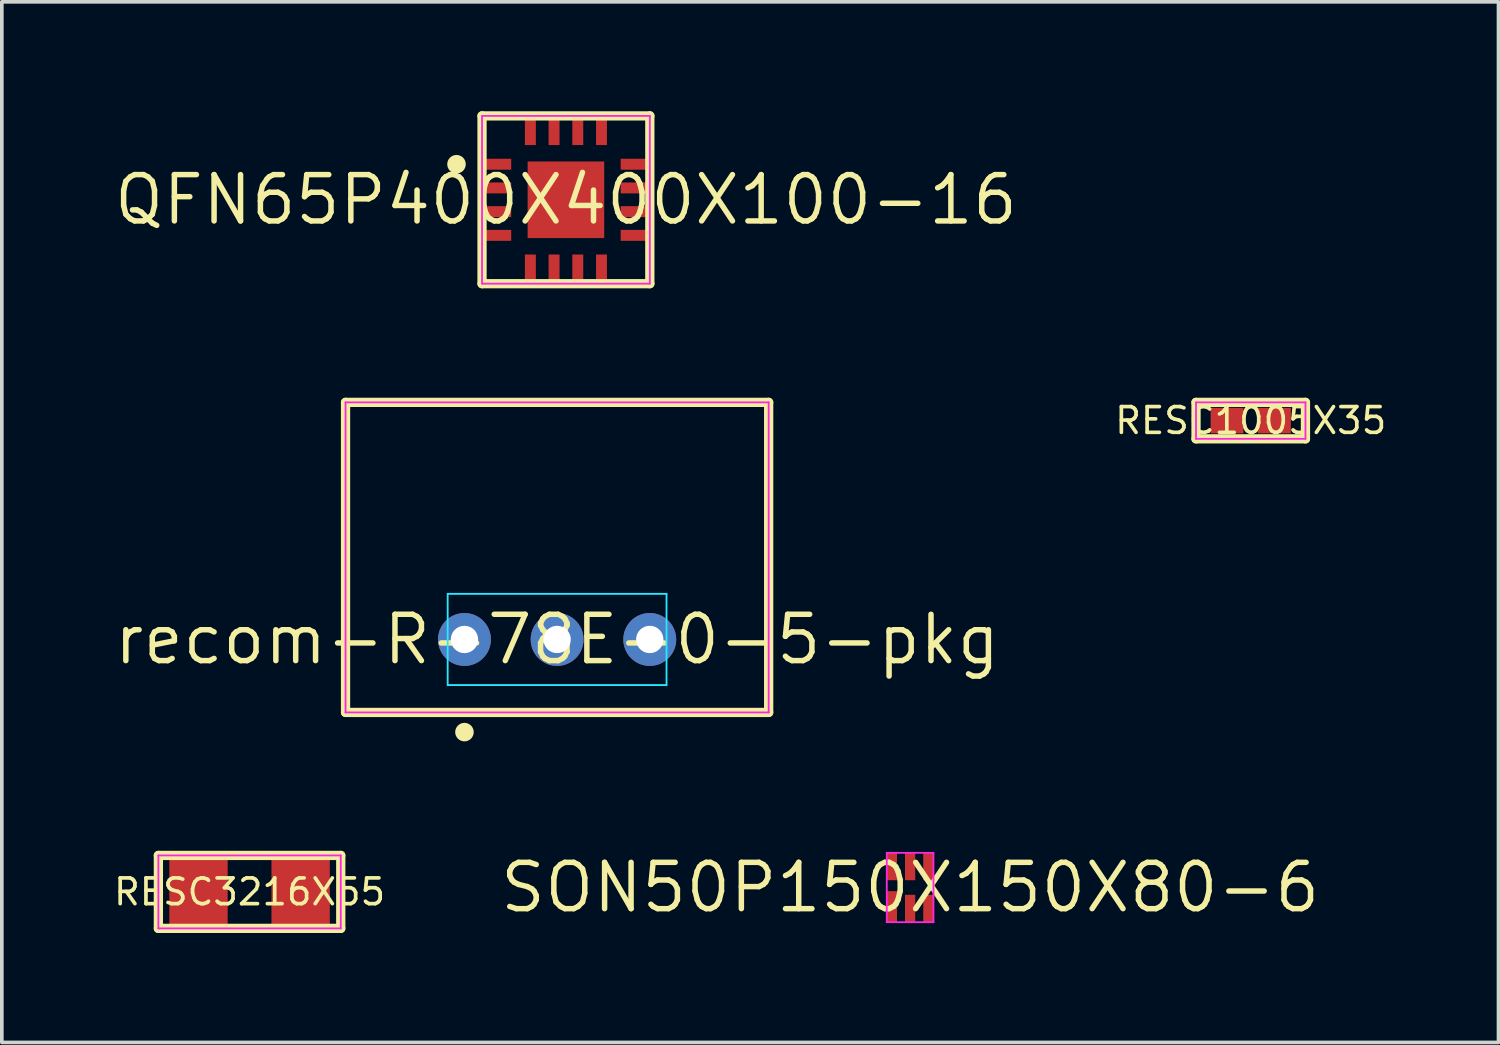
<source format=kicad_pcb>
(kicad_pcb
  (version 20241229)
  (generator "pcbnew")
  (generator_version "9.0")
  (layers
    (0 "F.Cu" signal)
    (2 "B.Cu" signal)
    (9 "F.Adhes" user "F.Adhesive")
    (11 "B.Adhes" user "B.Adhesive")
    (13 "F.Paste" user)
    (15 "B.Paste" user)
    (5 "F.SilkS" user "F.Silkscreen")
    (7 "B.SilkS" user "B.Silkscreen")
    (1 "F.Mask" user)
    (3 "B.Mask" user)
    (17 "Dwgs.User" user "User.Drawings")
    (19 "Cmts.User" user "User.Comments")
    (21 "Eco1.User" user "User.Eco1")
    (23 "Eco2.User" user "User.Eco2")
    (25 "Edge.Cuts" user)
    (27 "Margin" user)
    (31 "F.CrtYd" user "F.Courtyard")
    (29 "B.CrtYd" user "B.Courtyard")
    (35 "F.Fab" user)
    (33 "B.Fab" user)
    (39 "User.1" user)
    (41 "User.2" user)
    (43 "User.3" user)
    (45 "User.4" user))
  (footprint "SON50P150X150X80-6"
    (layer "F.Cu")
    (at 21.901 21.281)
    (property "Reference" "SON50P150X150X80-6" (at 0 0 0) (layer "F.SilkS") (effects (font (size 1.27 1.27) (thickness 0.15))))
    (attr through_hole)
    (fp_line (start -0.64 -0.95) (end -0.64 0.95) (stroke (width 0.05) (type solid)) (layer "F.CrtYd"))
    (fp_line (start -0.64 0.95) (end 0.64 0.95) (stroke (width 0.05) (type solid)) (layer "F.CrtYd"))
    (fp_line (start 0.64 -0.95) (end -0.64 -0.95) (stroke (width 0.05) (type solid)) (layer "F.CrtYd"))
    (fp_line (start 0.64 0.95) (end 0.64 -0.95) (stroke (width 0.05) (type solid)) (layer "F.CrtYd"))
    (pad "1" smd rect (at -0.5 -0.575) (size 0.28 0.75) (layers "F.Cu" "F.Mask" "F.Paste"))
    (pad "2" smd rect (at 0 -0.575) (size 0.28 0.75) (layers "F.Cu" "F.Mask" "F.Paste"))
    (pad "3" smd rect (at 0.5 -0.575) (size 0.28 0.75) (layers "F.Cu" "F.Mask" "F.Paste"))
    (pad "4" smd rect (at -0.5 0.525) (size 0.28 0.85) (layers "F.Cu" "F.Mask" "F.Paste"))
    (pad "5" smd rect (at 0 0.575) (size 0.28 0.75) (layers "F.Cu" "F.Mask" "F.Paste"))
    (pad "6" smd rect (at 0.5 0.575) (size 0.28 0.75) (layers "F.Cu" "F.Mask" "F.Paste")))
  (footprint "recom-R-78E-0-5-pkg"
    (layer "F.Cu")
    (at 12.223 14.481)
    (property "Reference" "recom-R-78E-0-5-pkg" (at 0 0 0) (layer "F.SilkS") (effects (font (size 1.27 1.27) (thickness 0.15))))
    (attr through_hole)
    (fp_line (start -5.8 -6.5) (end -5.8 2) (stroke (width 0.254) (type solid)) (layer "F.SilkS"))
    (fp_line (start -5.8 2) (end 5.8 2) (stroke (width 0.254) (type solid)) (layer "F.SilkS"))
    (fp_line (start 5.8 -6.5) (end -5.8 -6.5) (stroke (width 0.254) (type solid)) (layer "F.SilkS"))
    (fp_line (start 5.8 2) (end 5.8 -6.5) (stroke (width 0.254) (type solid)) (layer "F.SilkS"))
    (fp_poly (pts (xy -2.286 2.54) (xy -2.291 2.49) (xy -2.305 2.443) (xy -2.329 2.399) (xy -2.36 2.36) (xy -2.399 2.329) (xy -2.443 2.305) (xy -2.49 2.291) (xy -2.54 2.286) (xy -2.59 2.291) (xy -2.637 2.305) (xy -2.681 2.329) (xy -2.72 2.36) (xy -2.751 2.399) (xy -2.775 2.443) (xy -2.789 2.49) (xy -2.794 2.54) (xy -2.789 2.59) (xy -2.775 2.637) (xy -2.751 2.681) (xy -2.72 2.72) (xy -2.681 2.751) (xy -2.637 2.775) (xy -2.59 2.789) (xy -2.54 2.794) (xy -2.49 2.789) (xy -2.443 2.775) (xy -2.399 2.751) (xy -2.36 2.72) (xy -2.329 2.681) (xy -2.305 2.637) (xy -2.291 2.59)) (stroke (width 0) (type solid)) (fill yes) (layer "F.SilkS"))
    (fp_line (start -3 -1.25) (end -3 1.25) (stroke (width 0.05) (type solid)) (layer "B.CrtYd"))
    (fp_line (start -3 1.25) (end 3 1.25) (stroke (width 0.05) (type solid)) (layer "B.CrtYd"))
    (fp_line (start 3 -1.25) (end -3 -1.25) (stroke (width 0.05) (type solid)) (layer "B.CrtYd"))
    (fp_line (start 3 1.25) (end 3 -1.25) (stroke (width 0.05) (type solid)) (layer "B.CrtYd"))
    (fp_line (start -5.8 -6.5) (end -5.8 2) (stroke (width 0.05) (type solid)) (layer "F.CrtYd"))
    (fp_line (start -5.8 2) (end 5.8 2) (stroke (width 0.05) (type solid)) (layer "F.CrtYd"))
    (fp_line (start 5.8 -6.5) (end -5.8 -6.5) (stroke (width 0.05) (type solid)) (layer "F.CrtYd"))
    (fp_line (start 5.8 2) (end 5.8 -6.5) (stroke (width 0.05) (type solid)) (layer "F.CrtYd"))
    (pad "1" thru_hole circle (at -2.54 0) (size 1.45 1.45) (drill 0.75) (layers "*.Cu" "*.Mask"))
    (pad "2" thru_hole circle (at 0 0) (size 1.45 1.45) (drill 0.75) (layers "*.Cu" "*.Mask"))
    (pad "3" thru_hole circle (at 2.54 0) (size 1.45 1.45) (drill 0.75) (layers "*.Cu" "*.Mask")))
  (footprint "QFN65P400X400X100-16"
    (layer "F.Cu")
    (at 12.465 2.427)
    (property "Reference" "QFN65P400X400X100-16" (at 0 0 0) (layer "F.SilkS") (effects (font (size 1.27 1.27) (thickness 0.15))))
    (attr through_hole)
    (fp_line (start -2.3 -2.3) (end -2.3 2.3) (stroke (width 0.254) (type solid)) (layer "F.SilkS"))
    (fp_line (start -2.3 2.3) (end 2.3 2.3) (stroke (width 0.254) (type solid)) (layer "F.SilkS"))
    (fp_line (start 2.3 -2.3) (end -2.3 -2.3) (stroke (width 0.254) (type solid)) (layer "F.SilkS"))
    (fp_line (start 2.3 2.3) (end 2.3 -2.3) (stroke (width 0.254) (type solid)) (layer "F.SilkS"))
    (fp_poly (pts (xy -2.746 -0.975) (xy -2.751 -1.025) (xy -2.765 -1.072) (xy -2.789 -1.116) (xy -2.82 -1.155) (xy -2.859 -1.186) (xy -2.903 -1.21) (xy -2.95 -1.224) (xy -3 -1.229) (xy -3.05 -1.224) (xy -3.097 -1.21) (xy -3.141 -1.186) (xy -3.18 -1.155) (xy -3.211 -1.116) (xy -3.235 -1.072) (xy -3.249 -1.025) (xy -3.254 -0.975) (xy -3.249 -0.925) (xy -3.235 -0.878) (xy -3.211 -0.834) (xy -3.18 -0.795) (xy -3.141 -0.764) (xy -3.097 -0.74) (xy -3.05 -0.726) (xy -3 -0.721) (xy -2.95 -0.726) (xy -2.903 -0.74) (xy -2.859 -0.764) (xy -2.82 -0.795) (xy -2.789 -0.834) (xy -2.765 -0.878) (xy -2.751 -0.925)) (stroke (width 0) (type solid)) (fill yes) (layer "F.SilkS"))
    (fp_line (start -2.3 -2.3) (end -2.3 2.3) (stroke (width 0.05) (type solid)) (layer "F.CrtYd"))
    (fp_line (start -2.3 2.3) (end 2.3 2.3) (stroke (width 0.05) (type solid)) (layer "F.CrtYd"))
    (fp_line (start 2.3 -2.3) (end -2.3 -2.3) (stroke (width 0.05) (type solid)) (layer "F.CrtYd"))
    (fp_line (start 2.3 2.3) (end 2.3 -2.3) (stroke (width 0.05) (type solid)) (layer "F.CrtYd"))
    (pad "1" smd rect (at -1.9 -0.975 270) (size 0.3 0.8) (layers "F.Cu" "F.Mask" "F.Paste"))
    (pad "2" smd rect (at -1.9 -0.325 270) (size 0.3 0.8) (layers "F.Cu" "F.Mask" "F.Paste"))
    (pad "3" smd rect (at -1.9 0.325 270) (size 0.3 0.8) (layers "F.Cu" "F.Mask" "F.Paste"))
    (pad "4" smd rect (at -1.9 0.975 270) (size 0.3 0.8) (layers "F.Cu" "F.Mask" "F.Paste"))
    (pad "5" smd rect (at -0.975 1.9) (size 0.3 0.8) (layers "F.Cu" "F.Mask" "F.Paste"))
    (pad "6" smd rect (at -0.325 1.9) (size 0.3 0.8) (layers "F.Cu" "F.Mask" "F.Paste"))
    (pad "7" smd rect (at 0.325 1.9) (size 0.3 0.8) (layers "F.Cu" "F.Mask" "F.Paste"))
    (pad "8" smd rect (at 0.975 1.9) (size 0.3 0.8) (layers "F.Cu" "F.Mask" "F.Paste"))
    (pad "9" smd rect (at 1.9 0.975 90) (size 0.3 0.8) (layers "F.Cu" "F.Mask" "F.Paste"))
    (pad "10" smd rect (at 1.9 0.325 90) (size 0.3 0.8) (layers "F.Cu" "F.Mask" "F.Paste"))
    (pad "11" smd rect (at 1.9 -0.325 90) (size 0.3 0.8) (layers "F.Cu" "F.Mask" "F.Paste"))
    (pad "12" smd rect (at 1.9 -0.975 90) (size 0.3 0.8) (layers "F.Cu" "F.Mask" "F.Paste"))
    (pad "13" smd rect (at 0.975 -1.9 180) (size 0.3 0.8) (layers "F.Cu" "F.Mask" "F.Paste"))
    (pad "14" smd rect (at 0.325 -1.9 180) (size 0.3 0.8) (layers "F.Cu" "F.Mask" "F.Paste"))
    (pad "15" smd rect (at -0.325 -1.9 180) (size 0.3 0.8) (layers "F.Cu" "F.Mask" "F.Paste"))
    (pad "16" smd rect (at -0.975 -1.9 180) (size 0.3 0.8) (layers "F.Cu" "F.Mask" "F.Paste"))
    (pad "17" smd rect (at 0 0) (size 2.1 2.1) (layers "F.Cu" "F.Mask" "F.Paste")))
  (footprint "RESC3216X55"
    (layer "F.Cu")
    (at 3.792 21.402)
    (property "Reference" "RESC3216X55" (at 0 0 0) (layer "F.SilkS") (effects (font (size 0.706 0.706) (thickness 0.1))))
    (attr through_hole)
    (fp_line (start -2.5 -1) (end -2.5 1) (stroke (width 0.254) (type solid)) (layer "F.SilkS"))
    (fp_line (start -2.5 1) (end 2.5 1) (stroke (width 0.254) (type solid)) (layer "F.SilkS"))
    (fp_line (start 2.5 -1) (end -2.5 -1) (stroke (width 0.254) (type solid)) (layer "F.SilkS"))
    (fp_line (start 2.5 1) (end 2.5 -1) (stroke (width 0.254) (type solid)) (layer "F.SilkS"))
    (fp_line (start -2.5 -1) (end -2.5 1) (stroke (width 0.05) (type solid)) (layer "F.CrtYd"))
    (fp_line (start -2.5 1) (end 2.5 1) (stroke (width 0.05) (type solid)) (layer "F.CrtYd"))
    (fp_line (start 2.5 -1) (end -2.5 -1) (stroke (width 0.05) (type solid)) (layer "F.CrtYd"))
    (fp_line (start 2.5 1) (end 2.5 -1) (stroke (width 0.05) (type solid)) (layer "F.CrtYd"))
    (pad "1" smd rect (at -1.4 0) (size 1.6 1.8) (layers "F.Cu" "F.Mask" "F.Paste"))
    (pad "2" smd rect (at 1.4 0) (size 1.6 1.8) (layers "F.Cu" "F.Mask" "F.Paste")))
  (footprint "RESC1005X35"
    (layer "F.Cu")
    (at 31.239 8.481)
    (property "Reference" "RESC1005X35" (at 0 0 0) (layer "F.SilkS") (effects (font (size 0.706 0.706) (thickness 0.1))))
    (attr through_hole)
    (fp_line (start -1.5 -0.5) (end -1.5 0.5) (stroke (width 0.254) (type solid)) (layer "F.SilkS"))
    (fp_line (start -1.5 0.5) (end 1.5 0.5) (stroke (width 0.254) (type solid)) (layer "F.SilkS"))
    (fp_line (start 1.5 -0.5) (end -1.5 -0.5) (stroke (width 0.254) (type solid)) (layer "F.SilkS"))
    (fp_line (start 1.5 0.5) (end 1.5 -0.5) (stroke (width 0.254) (type solid)) (layer "F.SilkS"))
    (fp_line (start -1.5 -0.5) (end -1.5 0.5) (stroke (width 0.05) (type solid)) (layer "F.CrtYd"))
    (fp_line (start -1.5 0.5) (end 1.5 0.5) (stroke (width 0.05) (type solid)) (layer "F.CrtYd"))
    (fp_line (start 1.5 -0.5) (end -1.5 -0.5) (stroke (width 0.05) (type solid)) (layer "F.CrtYd"))
    (fp_line (start 1.5 0.5) (end 1.5 -0.5) (stroke (width 0.05) (type solid)) (layer "F.CrtYd"))
    (pad "1" smd rect (at -0.65 0) (size 0.9 0.7) (layers "F.Cu" "F.Mask" "F.Paste"))
    (pad "2" smd rect (at 0.65 0) (size 0.9 0.7) (layers "F.Cu" "F.Mask" "F.Paste")))
  (gr_rect
    (start -3 -3)
    (end 38.031 25.529)
    (stroke (width 0.1) (type default))
    (fill no)
    (layer "Edge.Cuts")))
</source>
